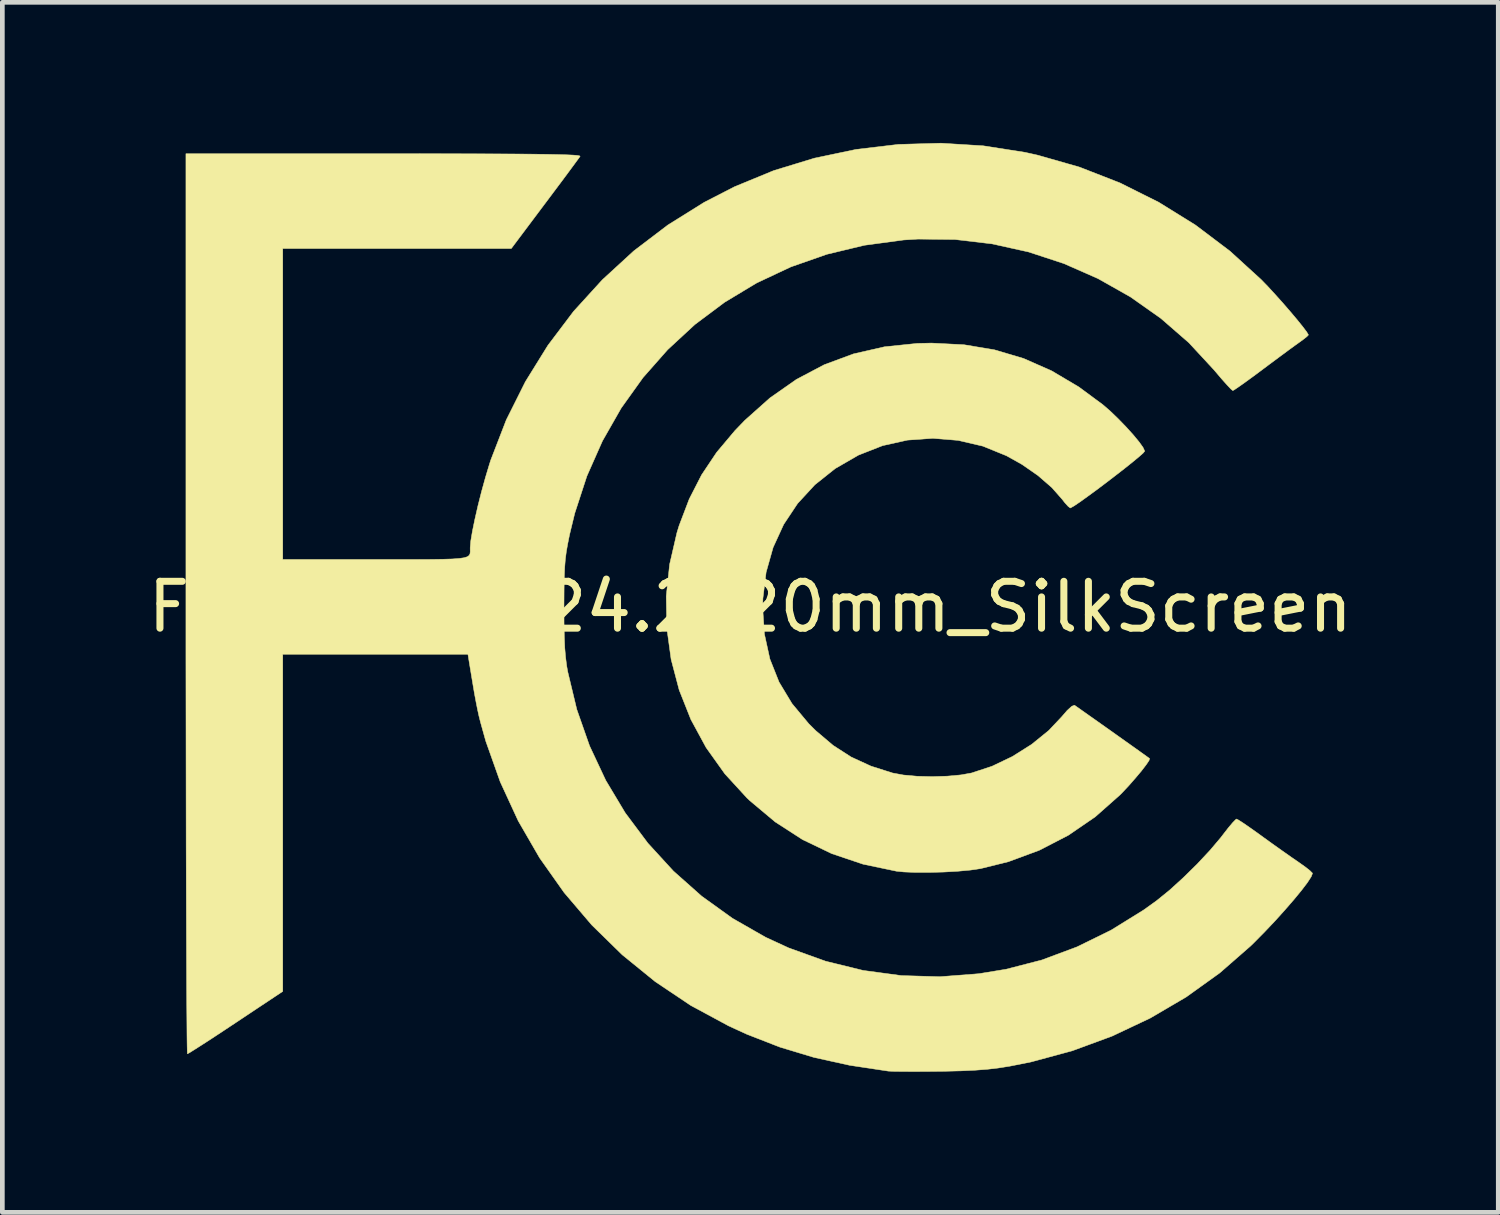
<source format=kicad_pcb>
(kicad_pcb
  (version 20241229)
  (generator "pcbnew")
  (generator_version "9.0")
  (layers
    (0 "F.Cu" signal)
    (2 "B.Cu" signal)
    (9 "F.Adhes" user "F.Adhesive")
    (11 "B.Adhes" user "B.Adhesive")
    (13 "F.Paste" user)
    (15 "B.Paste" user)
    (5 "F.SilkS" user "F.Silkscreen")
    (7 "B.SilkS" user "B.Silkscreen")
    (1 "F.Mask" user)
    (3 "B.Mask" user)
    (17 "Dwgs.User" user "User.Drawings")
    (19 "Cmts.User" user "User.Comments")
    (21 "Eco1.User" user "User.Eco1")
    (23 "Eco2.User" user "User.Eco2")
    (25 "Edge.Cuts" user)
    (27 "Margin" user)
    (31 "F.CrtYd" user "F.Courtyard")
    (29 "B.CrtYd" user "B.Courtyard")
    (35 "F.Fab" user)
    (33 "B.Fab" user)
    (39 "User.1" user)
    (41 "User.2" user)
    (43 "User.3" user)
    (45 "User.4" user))
  (footprint "FCC-Logo_24.2x20mm_SilkScreen"
    (layer "F.Cu")
    (at 12.958 9.898)
    (property "Reference" "FCC-Logo_24.2x20mm_SilkScreen" (at 0 0 0) (layer "F.SilkS") (effects (font (size 1 1) (thickness 0.15))))
    (attr exclude_from_pos_files exclude_from_bom)
    (fp_poly (pts (xy 4.559 -5.593) (xy 5.211 -5.484) (xy 5.831 -5.3) (xy 6.427 -5.037) (xy 7.01 -4.692) (xy 7.523 -4.313) (xy 7.68 -4.177) (xy 7.847 -4.016) (xy 8.013 -3.845) (xy 8.166 -3.676) (xy 8.292 -3.524) (xy 8.379 -3.403) (xy 8.415 -3.325) (xy 8.415 -3.321) (xy 8.382 -3.281) (xy 8.289 -3.199) (xy 8.15 -3.084) (xy 7.977 -2.946) (xy 7.781 -2.794) (xy 7.576 -2.637) (xy 7.374 -2.485) (xy 7.186 -2.348) (xy 7.026 -2.233) (xy 6.905 -2.152) (xy 6.836 -2.113) (xy 6.827 -2.11) (xy 6.782 -2.144) (xy 6.707 -2.227) (xy 6.658 -2.291) (xy 6.432 -2.547) (xy 6.138 -2.802) (xy 5.795 -3.04) (xy 5.466 -3.224) (xy 4.963 -3.429) (xy 4.436 -3.552) (xy 3.896 -3.596) (xy 3.355 -3.558) (xy 2.824 -3.44) (xy 2.314 -3.24) (xy 2.309 -3.238) (xy 1.812 -2.951) (xy 1.378 -2.605) (xy 1.01 -2.206) (xy 0.712 -1.758) (xy 0.487 -1.267) (xy 0.338 -0.739) (xy 0.269 -0.178) (xy 0.264 0.013) (xy 0.302 0.582) (xy 0.418 1.112) (xy 0.614 1.605) (xy 0.891 2.065) (xy 1.249 2.495) (xy 1.396 2.641) (xy 1.768 2.956) (xy 2.153 3.204) (xy 2.575 3.398) (xy 3.037 3.545) (xy 3.27 3.588) (xy 3.561 3.614) (xy 3.882 3.622) (xy 4.203 3.612) (xy 4.497 3.585) (xy 4.719 3.545) (xy 5.157 3.401) (xy 5.592 3.193) (xy 6.003 2.934) (xy 6.368 2.638) (xy 6.641 2.349) (xy 6.763 2.208) (xy 6.858 2.122) (xy 6.915 2.098) (xy 6.919 2.1) (xy 6.964 2.131) (xy 7.067 2.204) (xy 7.217 2.31) (xy 7.4 2.439) (xy 7.602 2.582) (xy 7.812 2.731) (xy 8.016 2.876) (xy 8.202 3.008) (xy 8.356 3.118) (xy 8.466 3.197) (xy 8.519 3.235) (xy 8.52 3.236) (xy 8.508 3.278) (xy 8.446 3.37) (xy 8.347 3.499) (xy 8.22 3.65) (xy 8.079 3.811) (xy 7.933 3.967) (xy 7.883 4.017) (xy 7.36 4.48) (xy 6.785 4.874) (xy 6.165 5.194) (xy 5.505 5.438) (xy 4.911 5.585) (xy 4.698 5.616) (xy 4.428 5.641) (xy 4.126 5.658) (xy 3.817 5.666) (xy 3.526 5.666) (xy 3.276 5.656) (xy 3.12 5.64) (xy 2.406 5.49) (xy 1.738 5.265) (xy 1.114 4.965) (xy 0.532 4.589) (xy -0.011 4.134) (xy -0.072 4.076) (xy -0.544 3.561) (xy -0.943 3.001) (xy -1.268 2.402) (xy -1.517 1.774) (xy -1.689 1.121) (xy -1.781 0.452) (xy -1.793 -0.226) (xy -1.721 -0.907) (xy -1.565 -1.582) (xy -1.518 -1.735) (xy -1.302 -2.302) (xy -1.039 -2.816) (xy -0.718 -3.296) (xy -0.327 -3.761) (xy -0.116 -3.98) (xy 0.42 -4.458) (xy 0.984 -4.853) (xy 1.577 -5.166) (xy 2.203 -5.398) (xy 2.864 -5.549) (xy 3.562 -5.621) (xy 3.867 -5.628) (xy 4.559 -5.593)) (stroke (width 0.01) (type solid)) (fill yes) (layer "F.SilkS"))
    (fp_poly (pts (xy 4.971 -9.837) (xy 5.86 -9.698) (xy 6.13 -9.638) (xy 7.023 -9.383) (xy 7.887 -9.046) (xy 8.714 -8.633) (xy 9.499 -8.146) (xy 10.235 -7.59) (xy 10.897 -6.986) (xy 11.038 -6.841) (xy 11.196 -6.669) (xy 11.361 -6.485) (xy 11.521 -6.3) (xy 11.667 -6.127) (xy 11.787 -5.978) (xy 11.871 -5.867) (xy 11.907 -5.806) (xy 11.908 -5.801) (xy 11.875 -5.766) (xy 11.79 -5.699) (xy 11.721 -5.649) (xy 11.623 -5.579) (xy 11.471 -5.468) (xy 11.282 -5.328) (xy 11.072 -5.172) (xy 10.932 -5.067) (xy 10.733 -4.919) (xy 10.557 -4.791) (xy 10.417 -4.692) (xy 10.325 -4.63) (xy 10.295 -4.614) (xy 10.256 -4.646) (xy 10.173 -4.734) (xy 10.057 -4.864) (xy 9.921 -5.024) (xy 9.894 -5.056) (xy 9.357 -5.636) (xy 8.759 -6.156) (xy 8.111 -6.613) (xy 7.419 -7.004) (xy 6.69 -7.325) (xy 5.935 -7.573) (xy 5.159 -7.745) (xy 4.371 -7.838) (xy 3.58 -7.847) (xy 3.271 -7.828) (xy 2.435 -7.715) (xy 1.632 -7.522) (xy 0.864 -7.253) (xy 0.137 -6.911) (xy -0.546 -6.5) (xy -1.181 -6.025) (xy -1.763 -5.487) (xy -2.289 -4.891) (xy -2.754 -4.241) (xy -3.154 -3.54) (xy -3.486 -2.791) (xy -3.745 -1.998) (xy -3.856 -1.541) (xy -3.895 -1.347) (xy -3.925 -1.178) (xy -3.946 -1.015) (xy -3.96 -0.839) (xy -3.969 -0.633) (xy -3.973 -0.377) (xy -3.975 -0.053) (xy -3.975 -0.022) (xy -3.974 0.342) (xy -3.968 0.636) (xy -3.958 0.876) (xy -3.94 1.08) (xy -3.916 1.265) (xy -3.895 1.384) (xy -3.701 2.191) (xy -3.429 2.966) (xy -3.083 3.703) (xy -2.667 4.397) (xy -2.184 5.043) (xy -1.64 5.637) (xy -1.038 6.172) (xy -0.382 6.644) (xy 0.324 7.048) (xy 0.82 7.277) (xy 1.606 7.56) (xy 2.408 7.757) (xy 3.223 7.867) (xy 4.047 7.891) (xy 4.877 7.827) (xy 5.456 7.732) (xy 6.219 7.535) (xy 6.97 7.255) (xy 7.698 6.898) (xy 8.392 6.468) (xy 8.672 6.267) (xy 8.944 6.046) (xy 9.239 5.778) (xy 9.535 5.487) (xy 9.809 5.194) (xy 10.039 4.922) (xy 10.087 4.859) (xy 10.199 4.715) (xy 10.294 4.602) (xy 10.358 4.537) (xy 10.375 4.526) (xy 10.422 4.551) (xy 10.526 4.618) (xy 10.673 4.72) (xy 10.849 4.845) (xy 10.909 4.889) (xy 11.122 5.043) (xy 11.34 5.198) (xy 11.539 5.338) (xy 11.693 5.444) (xy 11.7 5.449) (xy 11.837 5.546) (xy 11.941 5.628) (xy 11.993 5.68) (xy 11.995 5.687) (xy 11.967 5.759) (xy 11.886 5.884) (xy 11.759 6.051) (xy 11.596 6.249) (xy 11.405 6.469) (xy 11.196 6.701) (xy 10.975 6.934) (xy 10.753 7.159) (xy 10.673 7.237) (xy 10.017 7.81) (xy 9.301 8.324) (xy 8.532 8.775) (xy 7.719 9.159) (xy 6.869 9.472) (xy 5.989 9.71) (xy 5.537 9.8) (xy 5.298 9.838) (xy 5.059 9.866) (xy 4.798 9.886) (xy 4.495 9.9) (xy 4.13 9.909) (xy 4.043 9.91) (xy 3.753 9.913) (xy 3.485 9.914) (xy 3.253 9.913) (xy 3.074 9.911) (xy 2.962 9.906) (xy 2.944 9.905) (xy 2.121 9.781) (xy 1.356 9.612) (xy 0.631 9.393) (xy -0.075 9.118) (xy -0.461 8.941) (xy -1.269 8.505) (xy -2.027 7.997) (xy -2.733 7.423) (xy -3.382 6.788) (xy -3.971 6.097) (xy -4.496 5.354) (xy -4.952 4.565) (xy -5.335 3.734) (xy -5.643 2.866) (xy -5.756 2.461) (xy -5.789 2.33) (xy -5.819 2.193) (xy -5.85 2.037) (xy -5.886 1.845) (xy -5.927 1.602) (xy -5.978 1.294) (xy -6.001 1.154) (xy -6.024 1.011) (xy -9.975 1.011) (xy -9.975 8.204) (xy -10.976 8.87) (xy -11.24 9.045) (xy -11.48 9.203) (xy -11.687 9.337) (xy -11.85 9.441) (xy -11.96 9.51) (xy -12.008 9.536) (xy -12.009 9.536) (xy -12.012 9.493) (xy -12.015 9.366) (xy -12.018 9.158) (xy -12.02 8.875) (xy -12.023 8.52) (xy -12.026 8.097) (xy -12.028 7.61) (xy -12.03 7.063) (xy -12.032 6.46) (xy -12.034 5.805) (xy -12.036 5.102) (xy -12.037 4.354) (xy -12.038 3.567) (xy -12.039 2.743) (xy -12.04 1.887) (xy -12.041 1.003) (xy -12.041 0.095) (xy -12.041 -0.066) (xy -12.041 -9.668) (xy -7.82 -9.668) (xy -7.092 -9.668) (xy -6.449 -9.667) (xy -5.884 -9.666) (xy -5.395 -9.664) (xy -4.975 -9.662) (xy -4.622 -9.659) (xy -4.331 -9.655) (xy -4.096 -9.65) (xy -3.915 -9.645) (xy -3.782 -9.639) (xy -3.693 -9.632) (xy -3.644 -9.623) (xy -3.631 -9.614) (xy -3.631 -9.613) (xy -3.666 -9.564) (xy -3.746 -9.455) (xy -3.864 -9.295) (xy -4.013 -9.094) (xy -4.187 -8.862) (xy -4.377 -8.608) (xy -4.382 -8.602) (xy -5.099 -7.646) (xy -9.975 -7.646) (xy -9.975 -1.011) (xy -8.003 -1.011) (xy -7.528 -1.011) (xy -7.133 -1.011) (xy -6.811 -1.012) (xy -6.555 -1.016) (xy -6.357 -1.022) (xy -6.21 -1.033) (xy -6.106 -1.048) (xy -6.038 -1.069) (xy -5.999 -1.097) (xy -5.98 -1.133) (xy -5.975 -1.177) (xy -5.976 -1.231) (xy -5.976 -1.261) (xy -5.964 -1.404) (xy -5.929 -1.612) (xy -5.876 -1.87) (xy -5.81 -2.159) (xy -5.733 -2.463) (xy -5.65 -2.763) (xy -5.566 -3.042) (xy -5.536 -3.135) (xy -5.206 -3.989) (xy -4.798 -4.805) (xy -4.318 -5.579) (xy -3.77 -6.305) (xy -3.157 -6.978) (xy -2.486 -7.594) (xy -1.759 -8.147) (xy -0.982 -8.632) (xy -0.336 -8.964) (xy 0.499 -9.308) (xy 1.367 -9.573) (xy 2.257 -9.76) (xy 3.16 -9.867) (xy 4.068 -9.893) (xy 4.971 -9.837)) (stroke (width 0.01) (type solid)) (fill yes) (layer "F.SilkS")))
  (gr_rect
    (start -3 -3)
    (end 28.917 22.817)
    (stroke (width 0.1) (type default))
    (fill no)
    (layer "Edge.Cuts")))
</source>
